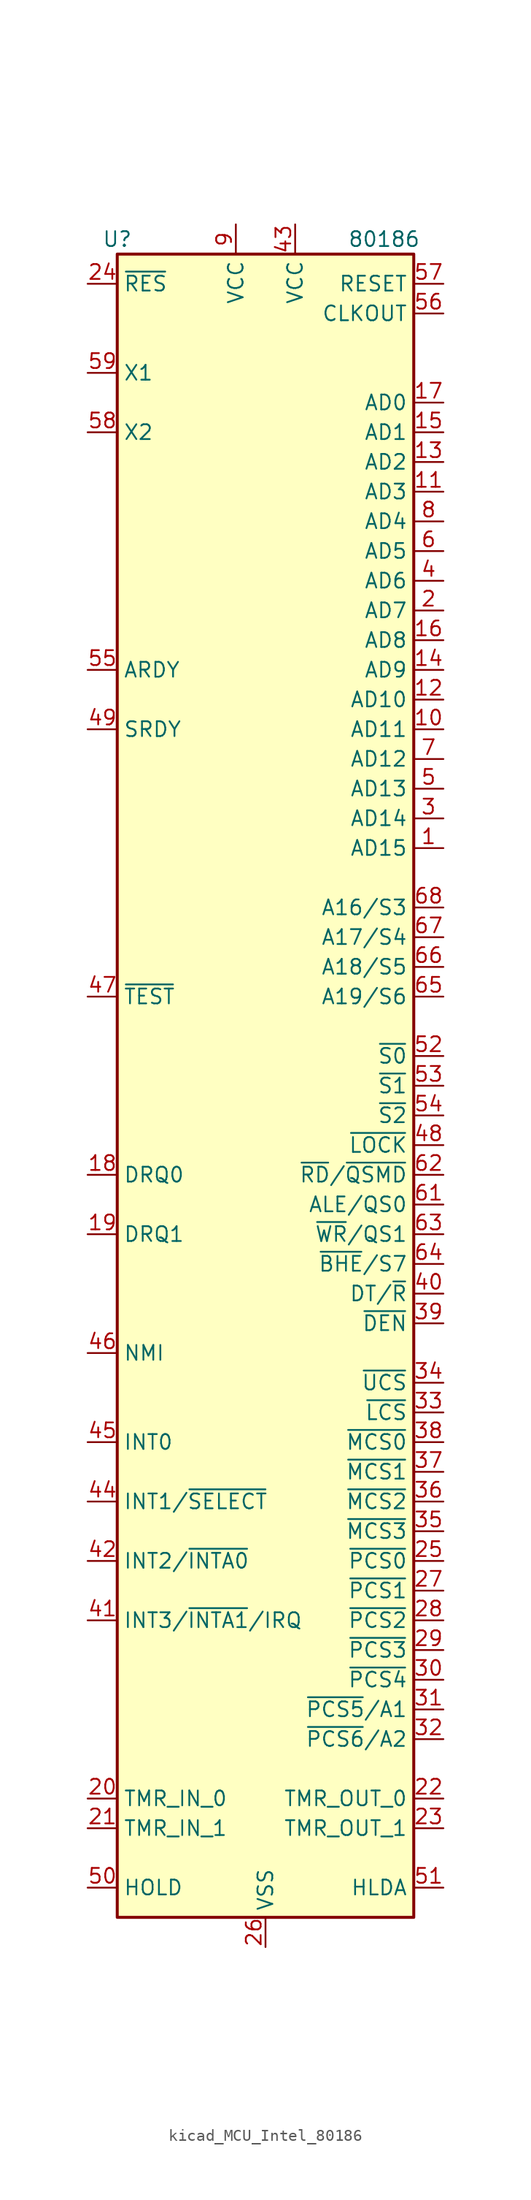
<source format=kicad_sym>
(kicad_symbol_lib
  (version 20220914)
  (generator kicad_symbol_editor)
  (symbol "kicad_MCU_Intel_80186"
    (property "Reference" "U"
      (at -12.7 72.39 0)
      (effects (font (size 1.27 1.27))))
    (property "Value" "80186"
      (at 10.16 72.39 0)
      (effects (font (size 1.27 1.27))))
    (symbol "kicad_MCU_Intel_80186_0_1"
      (rectangle (start 12.7 -71.12) (end -12.7 71.12) (stroke (width 0.254) (type default)) (fill (type background))))
    (symbol "kicad_MCU_Intel_80186_1_1"
      (pin bidirectional line (at 15.24 20.32 180) (length 2.54) (name "AD15" (effects (font (size 1.27 1.27)))) (number "1" (effects (font (size 1.27 1.27)))))
      (pin bidirectional line (at 15.24 30.48 180) (length 2.54) (name "AD11" (effects (font (size 1.27 1.27)))) (number "10" (effects (font (size 1.27 1.27)))))
      (pin bidirectional line (at 15.24 50.8 180) (length 2.54) (name "AD3" (effects (font (size 1.27 1.27)))) (number "11" (effects (font (size 1.27 1.27)))))
      (pin bidirectional line (at 15.24 33.02 180) (length 2.54) (name "AD10" (effects (font (size 1.27 1.27)))) (number "12" (effects (font (size 1.27 1.27)))))
      (pin bidirectional line (at 15.24 53.34 180) (length 2.54) (name "AD2" (effects (font (size 1.27 1.27)))) (number "13" (effects (font (size 1.27 1.27)))))
      (pin bidirectional line (at 15.24 35.56 180) (length 2.54) (name "AD9" (effects (font (size 1.27 1.27)))) (number "14" (effects (font (size 1.27 1.27)))))
      (pin bidirectional line (at 15.24 55.88 180) (length 2.54) (name "AD1" (effects (font (size 1.27 1.27)))) (number "15" (effects (font (size 1.27 1.27)))))
      (pin bidirectional line (at 15.24 38.1 180) (length 2.54) (name "AD8" (effects (font (size 1.27 1.27)))) (number "16" (effects (font (size 1.27 1.27)))))
      (pin bidirectional line (at 15.24 58.42 180) (length 2.54) (name "AD0" (effects (font (size 1.27 1.27)))) (number "17" (effects (font (size 1.27 1.27)))))
      (pin input line (at -15.24 -7.62 0) (length 2.54) (name "DRQ0" (effects (font (size 1.27 1.27)))) (number "18" (effects (font (size 1.27 1.27)))))
      (pin input line (at -15.24 -12.7 0) (length 2.54) (name "DRQ1" (effects (font (size 1.27 1.27)))) (number "19" (effects (font (size 1.27 1.27)))))
      (pin bidirectional line (at 15.24 40.64 180) (length 2.54) (name "AD7" (effects (font (size 1.27 1.27)))) (number "2" (effects (font (size 1.27 1.27)))))
      (pin input line (at -15.24 -60.96 0) (length 2.54) (name "TMR_IN_0" (effects (font (size 1.27 1.27)))) (number "20" (effects (font (size 1.27 1.27)))))
      (pin input line (at -15.24 -63.5 0) (length 2.54) (name "TMR_IN_1" (effects (font (size 1.27 1.27)))) (number "21" (effects (font (size 1.27 1.27)))))
      (pin output line (at 15.24 -60.96 180) (length 2.54) (name "TMR_OUT_0" (effects (font (size 1.27 1.27)))) (number "22" (effects (font (size 1.27 1.27)))))
      (pin output line (at 15.24 -63.5 180) (length 2.54) (name "TMR_OUT_1" (effects (font (size 1.27 1.27)))) (number "23" (effects (font (size 1.27 1.27)))))
      (pin input line (at -15.24 68.58 0) (length 2.54) (name "~{RES}" (effects (font (size 1.27 1.27)))) (number "24" (effects (font (size 1.27 1.27)))))
      (pin output line (at 15.24 -40.64 180) (length 2.54) (name "~{PCS0}" (effects (font (size 1.27 1.27)))) (number "25" (effects (font (size 1.27 1.27)))))
      (pin power_in line (at 0 -73.66 90) (length 2.54) (name "VSS" (effects (font (size 1.27 1.27)))) (number "26" (effects (font (size 1.27 1.27)))))
      (pin output line (at 15.24 -43.18 180) (length 2.54) (name "~{PCS1}" (effects (font (size 1.27 1.27)))) (number "27" (effects (font (size 1.27 1.27)))))
      (pin output line (at 15.24 -45.72 180) (length 2.54) (name "~{PCS2}" (effects (font (size 1.27 1.27)))) (number "28" (effects (font (size 1.27 1.27)))))
      (pin output line (at 15.24 -48.26 180) (length 2.54) (name "~{PCS3}" (effects (font (size 1.27 1.27)))) (number "29" (effects (font (size 1.27 1.27)))))
      (pin bidirectional line (at 15.24 22.86 180) (length 2.54) (name "AD14" (effects (font (size 1.27 1.27)))) (number "3" (effects (font (size 1.27 1.27)))))
      (pin output line (at 15.24 -50.8 180) (length 2.54) (name "~{PCS4}" (effects (font (size 1.27 1.27)))) (number "30" (effects (font (size 1.27 1.27)))))
      (pin output line (at 15.24 -53.34 180) (length 2.54) (name "~{PCS5}/A1" (effects (font (size 1.27 1.27)))) (number "31" (effects (font (size 1.27 1.27)))))
      (pin output line (at 15.24 -55.88 180) (length 2.54) (name "~{PCS6}/A2" (effects (font (size 1.27 1.27)))) (number "32" (effects (font (size 1.27 1.27)))))
      (pin output line (at 15.24 -27.94 180) (length 2.54) (name "~{LCS}" (effects (font (size 1.27 1.27)))) (number "33" (effects (font (size 1.27 1.27)))))
      (pin output line (at 15.24 -25.4 180) (length 2.54) (name "~{UCS}" (effects (font (size 1.27 1.27)))) (number "34" (effects (font (size 1.27 1.27)))))
      (pin output line (at 15.24 -38.1 180) (length 2.54) (name "~{MCS3}" (effects (font (size 1.27 1.27)))) (number "35" (effects (font (size 1.27 1.27)))))
      (pin output line (at 15.24 -35.56 180) (length 2.54) (name "~{MCS2}" (effects (font (size 1.27 1.27)))) (number "36" (effects (font (size 1.27 1.27)))))
      (pin output line (at 15.24 -33.02 180) (length 2.54) (name "~{MCS1}" (effects (font (size 1.27 1.27)))) (number "37" (effects (font (size 1.27 1.27)))))
      (pin output line (at 15.24 -30.48 180) (length 2.54) (name "~{MCS0}" (effects (font (size 1.27 1.27)))) (number "38" (effects (font (size 1.27 1.27)))))
      (pin output line (at 15.24 -20.32 180) (length 2.54) (name "~{DEN}" (effects (font (size 1.27 1.27)))) (number "39" (effects (font (size 1.27 1.27)))))
      (pin bidirectional line (at 15.24 43.18 180) (length 2.54) (name "AD6" (effects (font (size 1.27 1.27)))) (number "4" (effects (font (size 1.27 1.27)))))
      (pin output line (at 15.24 -17.78 180) (length 2.54) (name "DT/~{R}" (effects (font (size 1.27 1.27)))) (number "40" (effects (font (size 1.27 1.27)))))
      (pin bidirectional line (at -15.24 -45.72 0) (length 2.54) (name "INT3/~{INTA1}/IRQ" (effects (font (size 1.27 1.27)))) (number "41" (effects (font (size 1.27 1.27)))))
      (pin bidirectional line (at -15.24 -40.64 0) (length 2.54) (name "INT2/~{INTA0}" (effects (font (size 1.27 1.27)))) (number "42" (effects (font (size 1.27 1.27)))))
      (pin power_in line (at 2.54 73.66 270) (length 2.54) (name "VCC" (effects (font (size 1.27 1.27)))) (number "43" (effects (font (size 1.27 1.27)))))
      (pin input line (at -15.24 -35.56 0) (length 2.54) (name "INT1/~{SELECT}" (effects (font (size 1.27 1.27)))) (number "44" (effects (font (size 1.27 1.27)))))
      (pin input line (at -15.24 -30.48 0) (length 2.54) (name "INT0" (effects (font (size 1.27 1.27)))) (number "45" (effects (font (size 1.27 1.27)))))
      (pin input line (at -15.24 -22.86 0) (length 2.54) (name "NMI" (effects (font (size 1.27 1.27)))) (number "46" (effects (font (size 1.27 1.27)))))
      (pin bidirectional line (at -15.24 7.62 0) (length 2.54) (name "~{TEST}" (effects (font (size 1.27 1.27)))) (number "47" (effects (font (size 1.27 1.27)))))
      (pin output line (at 15.24 -5.08 180) (length 2.54) (name "~{LOCK}" (effects (font (size 1.27 1.27)))) (number "48" (effects (font (size 1.27 1.27)))))
      (pin input line (at -15.24 30.48 0) (length 2.54) (name "SRDY" (effects (font (size 1.27 1.27)))) (number "49" (effects (font (size 1.27 1.27)))))
      (pin bidirectional line (at 15.24 25.4 180) (length 2.54) (name "AD13" (effects (font (size 1.27 1.27)))) (number "5" (effects (font (size 1.27 1.27)))))
      (pin input line (at -15.24 -68.58 0) (length 2.54) (name "HOLD" (effects (font (size 1.27 1.27)))) (number "50" (effects (font (size 1.27 1.27)))))
      (pin output line (at 15.24 -68.58 180) (length 2.54) (name "HLDA" (effects (font (size 1.27 1.27)))) (number "51" (effects (font (size 1.27 1.27)))))
      (pin output line (at 15.24 2.54 180) (length 2.54) (name "~{S0}" (effects (font (size 1.27 1.27)))) (number "52" (effects (font (size 1.27 1.27)))))
      (pin output line (at 15.24 0 180) (length 2.54) (name "~{S1}" (effects (font (size 1.27 1.27)))) (number "53" (effects (font (size 1.27 1.27)))))
      (pin output line (at 15.24 -2.54 180) (length 2.54) (name "~{S2}" (effects (font (size 1.27 1.27)))) (number "54" (effects (font (size 1.27 1.27)))))
      (pin input line (at -15.24 35.56 0) (length 2.54) (name "ARDY" (effects (font (size 1.27 1.27)))) (number "55" (effects (font (size 1.27 1.27)))))
      (pin output line (at 15.24 66.04 180) (length 2.54) (name "CLKOUT" (effects (font (size 1.27 1.27)))) (number "56" (effects (font (size 1.27 1.27)))))
      (pin output line (at 15.24 68.58 180) (length 2.54) (name "RESET" (effects (font (size 1.27 1.27)))) (number "57" (effects (font (size 1.27 1.27)))))
      (pin output line (at -15.24 55.88 0) (length 2.54) (name "X2" (effects (font (size 1.27 1.27)))) (number "58" (effects (font (size 1.27 1.27)))))
      (pin input line (at -15.24 60.96 0) (length 2.54) (name "X1" (effects (font (size 1.27 1.27)))) (number "59" (effects (font (size 1.27 1.27)))))
      (pin bidirectional line (at 15.24 45.72 180) (length 2.54) (name "AD5" (effects (font (size 1.27 1.27)))) (number "6" (effects (font (size 1.27 1.27)))))
      (pin passive line (at 0 -73.66 90) (length 2.54) hide (name "VSS" (effects (font (size 1.27 1.27)))) (number "60" (effects (font (size 1.27 1.27)))))
      (pin output line (at 15.24 -10.16 180) (length 2.54) (name "ALE/QS0" (effects (font (size 1.27 1.27)))) (number "61" (effects (font (size 1.27 1.27)))))
      (pin output line (at 15.24 -7.62 180) (length 2.54) (name "~{RD}/~{QSMD}" (effects (font (size 1.27 1.27)))) (number "62" (effects (font (size 1.27 1.27)))))
      (pin output line (at 15.24 -12.7 180) (length 2.54) (name "~{WR}/QS1" (effects (font (size 1.27 1.27)))) (number "63" (effects (font (size 1.27 1.27)))))
      (pin output line (at 15.24 -15.24 180) (length 2.54) (name "~{BHE}/S7" (effects (font (size 1.27 1.27)))) (number "64" (effects (font (size 1.27 1.27)))))
      (pin output line (at 15.24 7.62 180) (length 2.54) (name "A19/S6" (effects (font (size 1.27 1.27)))) (number "65" (effects (font (size 1.27 1.27)))))
      (pin output line (at 15.24 10.16 180) (length 2.54) (name "A18/S5" (effects (font (size 1.27 1.27)))) (number "66" (effects (font (size 1.27 1.27)))))
      (pin output line (at 15.24 12.7 180) (length 2.54) (name "A17/S4" (effects (font (size 1.27 1.27)))) (number "67" (effects (font (size 1.27 1.27)))))
      (pin output line (at 15.24 15.24 180) (length 2.54) (name "A16/S3" (effects (font (size 1.27 1.27)))) (number "68" (effects (font (size 1.27 1.27)))))
      (pin bidirectional line (at 15.24 27.94 180) (length 2.54) (name "AD12" (effects (font (size 1.27 1.27)))) (number "7" (effects (font (size 1.27 1.27)))))
      (pin bidirectional line (at 15.24 48.26 180) (length 2.54) (name "AD4" (effects (font (size 1.27 1.27)))) (number "8" (effects (font (size 1.27 1.27)))))
      (pin power_in line (at -2.54 73.66 270) (length 2.54) (name "VCC" (effects (font (size 1.27 1.27)))) (number "9" (effects (font (size 1.27 1.27))))))))
</source>
